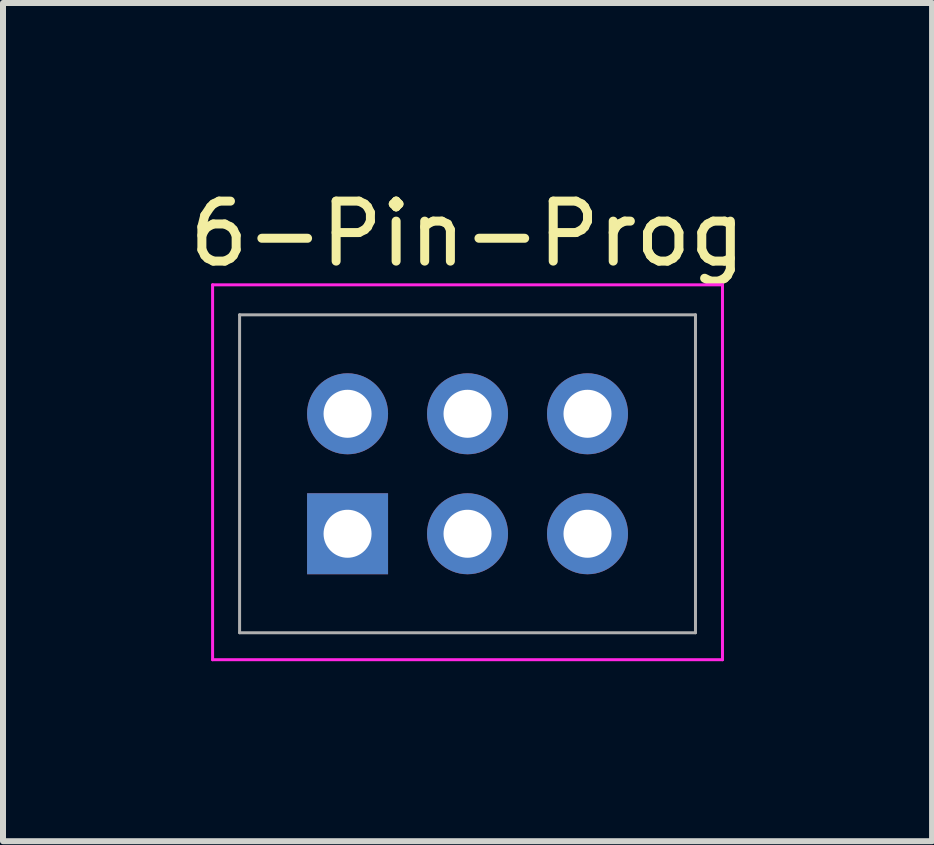
<source format=kicad_pcb>
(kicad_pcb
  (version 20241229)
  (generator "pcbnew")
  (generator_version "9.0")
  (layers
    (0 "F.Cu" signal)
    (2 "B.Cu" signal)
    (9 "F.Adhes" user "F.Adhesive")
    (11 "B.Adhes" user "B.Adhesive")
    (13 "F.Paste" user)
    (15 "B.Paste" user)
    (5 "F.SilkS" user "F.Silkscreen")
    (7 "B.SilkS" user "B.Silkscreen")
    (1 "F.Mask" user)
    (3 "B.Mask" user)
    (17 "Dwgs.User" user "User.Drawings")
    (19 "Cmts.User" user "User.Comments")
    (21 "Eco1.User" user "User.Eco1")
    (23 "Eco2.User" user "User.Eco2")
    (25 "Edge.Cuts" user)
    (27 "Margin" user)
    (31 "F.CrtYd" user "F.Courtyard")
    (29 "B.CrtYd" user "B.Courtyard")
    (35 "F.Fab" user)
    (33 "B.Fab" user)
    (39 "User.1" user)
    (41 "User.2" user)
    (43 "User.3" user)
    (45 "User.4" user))
  (footprint "6-Pin-Prog"
    (layer "F.Cu")
    (at 2.744 5.848)
    (property "Reference" "6-Pin-Prog" (at 2 -5 0) (layer "F.SilkS") (effects (font (size 1 1) (thickness 0.15))))
    (attr through_hole)
    (fp_line (start -2.25 -4.15) (end -2.25 2.1) (stroke (width 0.05) (type solid)) (layer "F.CrtYd"))
    (fp_line (start -2.25 2.1) (end 6.25 2.1) (stroke (width 0.05) (type solid)) (layer "F.CrtYd"))
    (fp_line (start 6.25 -4.15) (end -2.25 -4.15) (stroke (width 0.05) (type solid)) (layer "F.CrtYd"))
    (fp_line (start 6.25 2.1) (end 6.25 -4.15) (stroke (width 0.05) (type solid)) (layer "F.CrtYd"))
    (fp_line (start -1.8 -3.65) (end -1.8 1.65) (stroke (width 0.05) (type solid)) (layer "F.Fab"))
    (fp_line (start -1.8 1.65) (end 5.8 1.65) (stroke (width 0.05) (type solid)) (layer "F.Fab"))
    (fp_line (start 5.8 -3.65) (end -1.8 -3.65) (stroke (width 0.05) (type solid)) (layer "F.Fab"))
    (fp_line (start 5.8 1.65) (end 5.8 -3.65) (stroke (width 0.05) (type solid)) (layer "F.Fab"))
    (pad "1" thru_hole rect (at 0 0) (size 1.35 1.35) (drill 0.8) (layers "*.Cu" "*.Mask"))
    (pad "2" thru_hole circle (at 2 0) (size 1.35 1.35) (drill 0.8) (layers "*.Cu" "*.Mask"))
    (pad "3" thru_hole circle (at 4 0) (size 1.35 1.35) (drill 0.8) (layers "*.Cu" "*.Mask"))
    (pad "4" thru_hole circle (at 0 -2) (size 1.35 1.35) (drill 0.8) (layers "*.Cu" "*.Mask"))
    (pad "5" thru_hole circle (at 2 -2) (size 1.35 1.35) (drill 0.8) (layers "*.Cu" "*.Mask"))
    (pad "6" thru_hole circle (at 4 -2) (size 1.35 1.35) (drill 0.8) (layers "*.Cu" "*.Mask")))
  (gr_rect
    (start -3 -3)
    (end 12.488 10.973)
    (stroke (width 0.1) (type default))
    (fill no)
    (layer "Edge.Cuts")))
</source>
